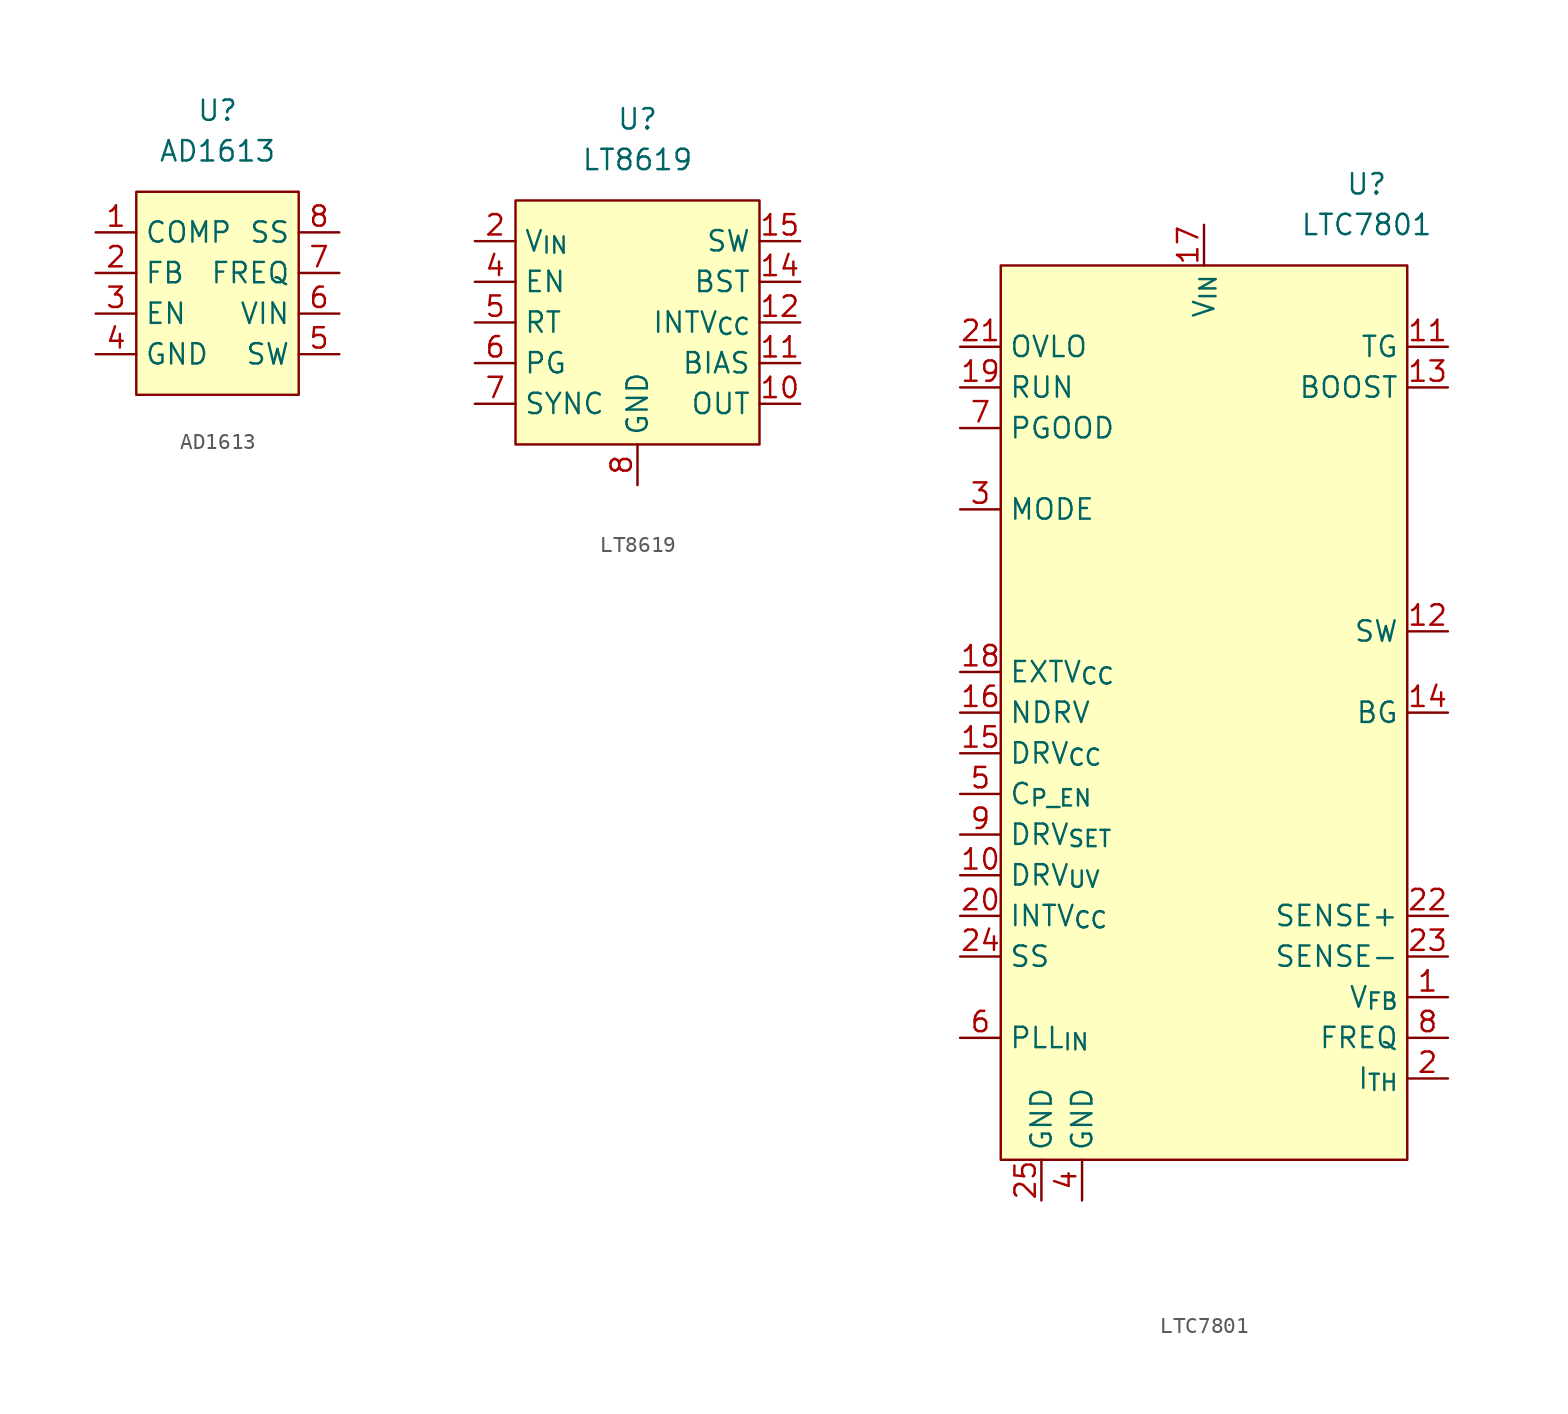
<source format=kicad_sym>
(kicad_symbol_lib
  (version 20210619)
  (generator kicad_symbol_editor)
  (symbol "ulib_Voltage_Controller:AD1613"
    (property "Reference" "U"
      (at 0 10.16 0)
      (effects (font (size 1.27 1.27))))
    (property "Value" "AD1613"
      (at 0 7.62 0)
      (effects (font (size 1.27 1.27))))
    (symbol "AD1613_0_0"
      (pin output line (at -7.62 2.54 0) (length 2.54) (name "COMP" (effects (font (size 1.27 1.27)))) (number "1" (effects (font (size 1.27 1.27)))))
      (pin input line (at -7.62 0 0) (length 2.54) (name "FB" (effects (font (size 1.27 1.27)))) (number "2" (effects (font (size 1.27 1.27)))))
      (pin input line (at -7.62 -2.54 0) (length 2.54) (name "EN" (effects (font (size 1.27 1.27)))) (number "3" (effects (font (size 1.27 1.27)))))
      (pin power_out line (at -7.62 -5.08 0) (length 2.54) (name "GND" (effects (font (size 1.27 1.27)))) (number "4" (effects (font (size 1.27 1.27)))))
      (pin output line (at 7.62 -5.08 180) (length 2.54) (name "SW" (effects (font (size 1.27 1.27)))) (number "5" (effects (font (size 1.27 1.27)))))
      (pin power_in line (at 7.62 -2.54 180) (length 2.54) (name "VIN" (effects (font (size 1.27 1.27)))) (number "6" (effects (font (size 1.27 1.27)))))
      (pin input line (at 7.62 0 180) (length 2.54) (name "FREQ" (effects (font (size 1.27 1.27)))) (number "7" (effects (font (size 1.27 1.27)))))
      (pin output line (at 7.62 2.54 180) (length 2.54) (name "SS" (effects (font (size 1.27 1.27)))) (number "8" (effects (font (size 1.27 1.27))))))
    (symbol "AD1613_0_1"
      (rectangle (start -5.08 5.08) (end 5.08 -7.62) (stroke (width 0.152)) (fill (type background)))))
  (symbol "ulib_Voltage_Controller:LT8619"
    (property "Reference" "U"
      (at 0 12.7 0)
      (effects (font (size 1.27 1.27))))
    (property "Value" "LT8619"
      (at 0 10.16 0)
      (effects (font (size 1.27 1.27))))
    (symbol "LT8619_0_1"
      (rectangle (start -7.62 7.62) (end 7.62 -7.62) (stroke (width 0.152)) (fill (type background))))
    (symbol "LT8619_1_1"
      (pin no_connect line (at -2.54 10.16 270) (length 2.54) hide (name "NC" (effects (font (size 1.27 1.27)))) (number "1" (effects (font (size 1.27 1.27)))))
      (pin passive line (at 10.16 -5.08 180) (length 2.54) (name "OUT" (effects (font (size 1.27 1.27)))) (number "10" (effects (font (size 1.27 1.27)))))
      (pin passive line (at 10.16 -2.54 180) (length 2.54) (name "BIAS" (effects (font (size 1.27 1.27)))) (number "11" (effects (font (size 1.27 1.27)))))
      (pin passive line (at 10.16 0 180) (length 2.54) (name "INTV_{CC}" (effects (font (size 1.27 1.27)))) (number "12" (effects (font (size 1.27 1.27)))))
      (pin no_connect line (at 2.54 10.16 270) (length 2.54) hide (name "NC" (effects (font (size 1.27 1.27)))) (number "13" (effects (font (size 1.27 1.27)))))
      (pin passive line (at 10.16 2.54 180) (length 2.54) (name "BST" (effects (font (size 1.27 1.27)))) (number "14" (effects (font (size 1.27 1.27)))))
      (pin passive line (at 10.16 5.08 180) (length 2.54) (name "SW" (effects (font (size 1.27 1.27)))) (number "15" (effects (font (size 1.27 1.27)))))
      (pin passive line (at 10.16 5.08 180) (length 2.54) hide (name "SW" (effects (font (size 1.27 1.27)))) (number "16" (effects (font (size 1.27 1.27)))))
      (pin passive line (at 0 -10.16 90) (length 2.54) hide (name "GND" (effects (font (size 1.27 1.27)))) (number "17" (effects (font (size 1.27 1.27)))))
      (pin passive line (at -10.16 5.08 0) (length 2.54) (name "V_{IN}" (effects (font (size 1.27 1.27)))) (number "2" (effects (font (size 1.27 1.27)))))
      (pin no_connect line (at 0 10.16 270) (length 2.54) hide (name "NC" (effects (font (size 1.27 1.27)))) (number "3" (effects (font (size 1.27 1.27)))))
      (pin passive line (at -10.16 2.54 0) (length 2.54) (name "EN" (effects (font (size 1.27 1.27)))) (number "4" (effects (font (size 1.27 1.27)))))
      (pin passive line (at -10.16 0 0) (length 2.54) (name "RT" (effects (font (size 1.27 1.27)))) (number "5" (effects (font (size 1.27 1.27)))))
      (pin passive line (at -10.16 -2.54 0) (length 2.54) (name "PG" (effects (font (size 1.27 1.27)))) (number "6" (effects (font (size 1.27 1.27)))))
      (pin passive line (at -10.16 -5.08 0) (length 2.54) (name "SYNC" (effects (font (size 1.27 1.27)))) (number "7" (effects (font (size 1.27 1.27)))))
      (pin passive line (at 0 -10.16 90) (length 2.54) (name "GND" (effects (font (size 1.27 1.27)))) (number "8" (effects (font (size 1.27 1.27)))))
      (pin passive line (at 10.16 -5.08 180) (length 2.54) hide (name "OUT" (effects (font (size 1.27 1.27)))) (number "9" (effects (font (size 1.27 1.27)))))))
  (symbol "ulib_Voltage_Controller:LTC7801"
    (property "Reference" "U"
      (at 10.16 33.02 0)
      (effects (font (size 1.27 1.27))))
    (property "Value" "LTC7801"
      (at 10.16 30.48 0)
      (effects (font (size 1.27 1.27))))
    (symbol "LTC7801_0_0"
      (pin input line (at -15.24 -10.16 0) (length 2.54) (name "DRV_{UV}" (effects (font (size 1.27 1.27)))) (number "10" (effects (font (size 1.27 1.27)))))
      (pin input line (at 15.24 22.86 180) (length 2.54) (name "TG" (effects (font (size 1.27 1.27)))) (number "11" (effects (font (size 1.27 1.27)))))
      (pin input line (at 15.24 5.08 180) (length 2.54) (name "SW" (effects (font (size 1.27 1.27)))) (number "12" (effects (font (size 1.27 1.27)))))
      (pin input line (at 15.24 20.32 180) (length 2.54) (name "BOOST" (effects (font (size 1.27 1.27)))) (number "13" (effects (font (size 1.27 1.27)))))
      (pin input line (at 15.24 0 180) (length 2.54) (name "BG" (effects (font (size 1.27 1.27)))) (number "14" (effects (font (size 1.27 1.27)))))
      (pin input line (at -15.24 -2.54 0) (length 2.54) (name "DRV_{CC}" (effects (font (size 1.27 1.27)))) (number "15" (effects (font (size 1.27 1.27)))))
      (pin input line (at -15.24 0 0) (length 2.54) (name "NDRV" (effects (font (size 1.27 1.27)))) (number "16" (effects (font (size 1.27 1.27)))))
      (pin input line (at 0 30.48 270) (length 2.54) (name "V_{IN}" (effects (font (size 1.27 1.27)))) (number "17" (effects (font (size 1.27 1.27)))))
      (pin input line (at -15.24 2.54 0) (length 2.54) (name "EXTV_{CC}" (effects (font (size 1.27 1.27)))) (number "18" (effects (font (size 1.27 1.27)))))
      (pin input line (at -15.24 20.32 0) (length 2.54) (name "RUN" (effects (font (size 1.27 1.27)))) (number "19" (effects (font (size 1.27 1.27)))))
      (pin input line (at 15.24 -22.86 180) (length 2.54) (name "I_{TH}" (effects (font (size 1.27 1.27)))) (number "2" (effects (font (size 1.27 1.27)))))
      (pin input line (at -15.24 -12.7 0) (length 2.54) (name "INTV_{CC}" (effects (font (size 1.27 1.27)))) (number "20" (effects (font (size 1.27 1.27)))))
      (pin input line (at -15.24 22.86 0) (length 2.54) (name "OVLO" (effects (font (size 1.27 1.27)))) (number "21" (effects (font (size 1.27 1.27)))))
      (pin input line (at 15.24 -12.7 180) (length 2.54) (name "SENSE+" (effects (font (size 1.27 1.27)))) (number "22" (effects (font (size 1.27 1.27)))))
      (pin input line (at 15.24 -15.24 180) (length 2.54) (name "SENSE-" (effects (font (size 1.27 1.27)))) (number "23" (effects (font (size 1.27 1.27)))))
      (pin input line (at -15.24 -15.24 0) (length 2.54) (name "SS" (effects (font (size 1.27 1.27)))) (number "24" (effects (font (size 1.27 1.27)))))
      (pin input line (at -15.24 12.7 0) (length 2.54) (name "MODE" (effects (font (size 1.27 1.27)))) (number "3" (effects (font (size 1.27 1.27)))))
      (pin input line (at -7.62 -30.48 90) (length 2.54) (name "GND" (effects (font (size 1.27 1.27)))) (number "4" (effects (font (size 1.27 1.27)))))
      (pin input line (at -15.24 -5.08 0) (length 2.54) (name "C_{P_EN}" (effects (font (size 1.27 1.27)))) (number "5" (effects (font (size 1.27 1.27)))))
      (pin input line (at -15.24 -20.32 0) (length 2.54) (name "PLL_{IN}" (effects (font (size 1.27 1.27)))) (number "6" (effects (font (size 1.27 1.27)))))
      (pin input line (at -15.24 17.78 0) (length 2.54) (name "PGOOD" (effects (font (size 1.27 1.27)))) (number "7" (effects (font (size 1.27 1.27)))))
      (pin input line (at 15.24 -20.32 180) (length 2.54) (name "FREQ" (effects (font (size 1.27 1.27)))) (number "8" (effects (font (size 1.27 1.27)))))
      (pin input line (at -15.24 -7.62 0) (length 2.54) (name "DRV_{SET}" (effects (font (size 1.27 1.27)))) (number "9" (effects (font (size 1.27 1.27))))))
    (symbol "LTC7801_0_1"
      (rectangle (start -12.7 27.94) (end 12.7 -27.94) (stroke (width 0.152)) (fill (type background))))
    (symbol "LTC7801_1_1"
      (pin input line (at 15.24 -17.78 180) (length 2.54) (name "V_{FB}" (effects (font (size 1.27 1.27)))) (number "1" (effects (font (size 1.27 1.27)))))
      (pin input line (at -10.16 -30.48 90) (length 2.54) (name "GND" (effects (font (size 1.27 1.27)))) (number "25" (effects (font (size 1.27 1.27))))))))
</source>
